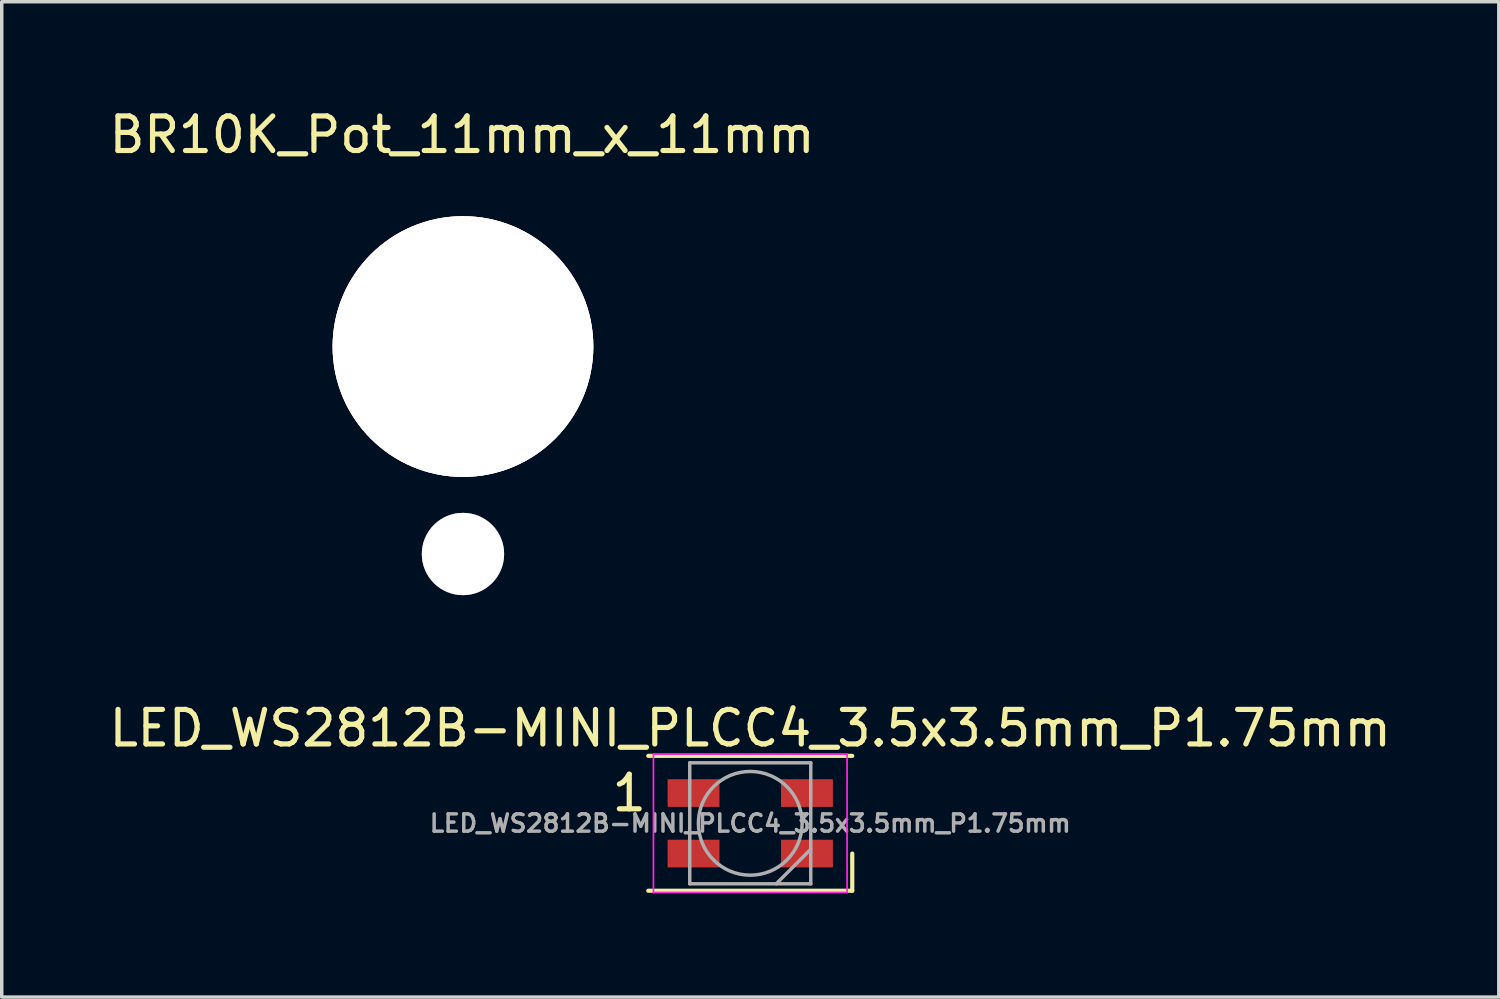
<source format=kicad_pcb>
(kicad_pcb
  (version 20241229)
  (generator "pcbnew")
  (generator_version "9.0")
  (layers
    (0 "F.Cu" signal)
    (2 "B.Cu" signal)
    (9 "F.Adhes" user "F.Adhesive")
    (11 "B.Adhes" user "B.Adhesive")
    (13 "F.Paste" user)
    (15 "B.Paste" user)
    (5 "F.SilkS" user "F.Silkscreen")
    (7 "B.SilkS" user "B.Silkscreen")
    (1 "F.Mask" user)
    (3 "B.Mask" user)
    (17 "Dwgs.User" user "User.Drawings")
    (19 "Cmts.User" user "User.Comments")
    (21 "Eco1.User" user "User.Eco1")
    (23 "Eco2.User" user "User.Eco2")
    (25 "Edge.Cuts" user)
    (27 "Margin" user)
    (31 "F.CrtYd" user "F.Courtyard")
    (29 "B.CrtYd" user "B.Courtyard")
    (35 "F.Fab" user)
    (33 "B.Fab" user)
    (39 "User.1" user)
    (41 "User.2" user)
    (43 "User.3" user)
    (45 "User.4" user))
  (footprint "LED_WS2812B-MINI_PLCC4_3.5x3.5mm_P1.75mm"
    (layer "F.Cu")
    (at 18.649 20.762)
    (property "Reference" "LED_WS2812B-MINI_PLCC4_3.5x3.5mm_P1.75mm" (at 0 -2.75 0) (layer "F.SilkS") (effects (font (size 1 1) (thickness 0.15))))
    (attr smd)
    (fp_line (start -2.95 -1.95) (end 2.95 -1.95) (stroke (width 0.12) (type solid)) (layer "F.SilkS"))
    (fp_line (start -2.95 1.95) (end 2.95 1.95) (stroke (width 0.12) (type solid)) (layer "F.SilkS"))
    (fp_line (start 2.95 1.95) (end 2.95 0.875) (stroke (width 0.12) (type solid)) (layer "F.SilkS"))
    (fp_line (start -2.8 -2) (end -2.8 2) (stroke (width 0.05) (type solid)) (layer "F.CrtYd"))
    (fp_line (start -2.8 2) (end 2.8 2) (stroke (width 0.05) (type solid)) (layer "F.CrtYd"))
    (fp_line (start 2.8 -2) (end -2.8 -2) (stroke (width 0.05) (type solid)) (layer "F.CrtYd"))
    (fp_line (start 2.8 2) (end 2.8 -2) (stroke (width 0.05) (type solid)) (layer "F.CrtYd"))
    (fp_line (start -1.75 -1.75) (end -1.75 1.75) (stroke (width 0.1) (type solid)) (layer "F.Fab"))
    (fp_line (start -1.75 1.75) (end 1.75 1.75) (stroke (width 0.1) (type solid)) (layer "F.Fab"))
    (fp_line (start 1.75 -1.75) (end -1.75 -1.75) (stroke (width 0.1) (type solid)) (layer "F.Fab"))
    (fp_line (start 1.75 0.75) (end 0.75 1.75) (stroke (width 0.1) (type solid)) (layer "F.Fab"))
    (fp_line (start 1.75 1.75) (end 1.75 -1.75) (stroke (width 0.1) (type solid)) (layer "F.Fab"))
    (fp_circle (center 0 0) (end 0 -1.5) (stroke (width 0.1) (type solid)) (fill no) (layer "F.Fab"))
    (fp_text user "1" (at -3.5 -0.875 0) (layer "F.SilkS") (effects (font (size 1 1) (thickness 0.15))))
    (fp_text user "${REFERENCE}" (at 0 0 0) (layer "F.Fab") (effects (font (size 0.5 0.5) (thickness 0.1))))
    (pad "1" smd rect (at -1.64 -0.875) (size 1.5 0.8) (layers "F.Cu" "F.Mask" "F.Paste"))
    (pad "2" smd rect (at -1.64 0.875) (size 1.5 0.8) (layers "F.Cu" "F.Mask" "F.Paste"))
    (pad "3" smd rect (at 1.64 0.875) (size 1.5 0.8) (layers "F.Cu" "F.Mask" "F.Paste"))
    (pad "4" smd rect (at 1.64 -0.875) (size 1.5 0.8) (layers "F.Cu" "F.Mask" "F.Paste")))
  (footprint "BR10K_Pot_11mm_x_11mm"
    (layer "F.Cu")
    (at 10.34 6.973)
    (property "Reference" "BR10K_Pot_11mm_x_11mm" (at -0.025 -6.125 0) (layer "F.SilkS") (effects (font (size 1 1) (thickness 0.15))))
    (attr through_hole)
    (pad "" np_thru_hole circle (at 0 0) (size 7.541 7.541) (drill 7.54) (layers "*.Mask" "F.Cu"))
    (pad "" np_thru_hole circle (at 0 0) (size 7.541 7.541) (drill 7.54) (layers "*.Mask" "B.Cu"))
    (pad "" np_thru_hole circle (at 0 6) (size 2.381 2.381) (drill 2.38) (layers "*.Cu" "*.Mask")))
  (gr_rect
    (start -3 -3)
    (end 40.298 25.787)
    (stroke (width 0.1) (type default))
    (fill no)
    (layer "Edge.Cuts")))
</source>
